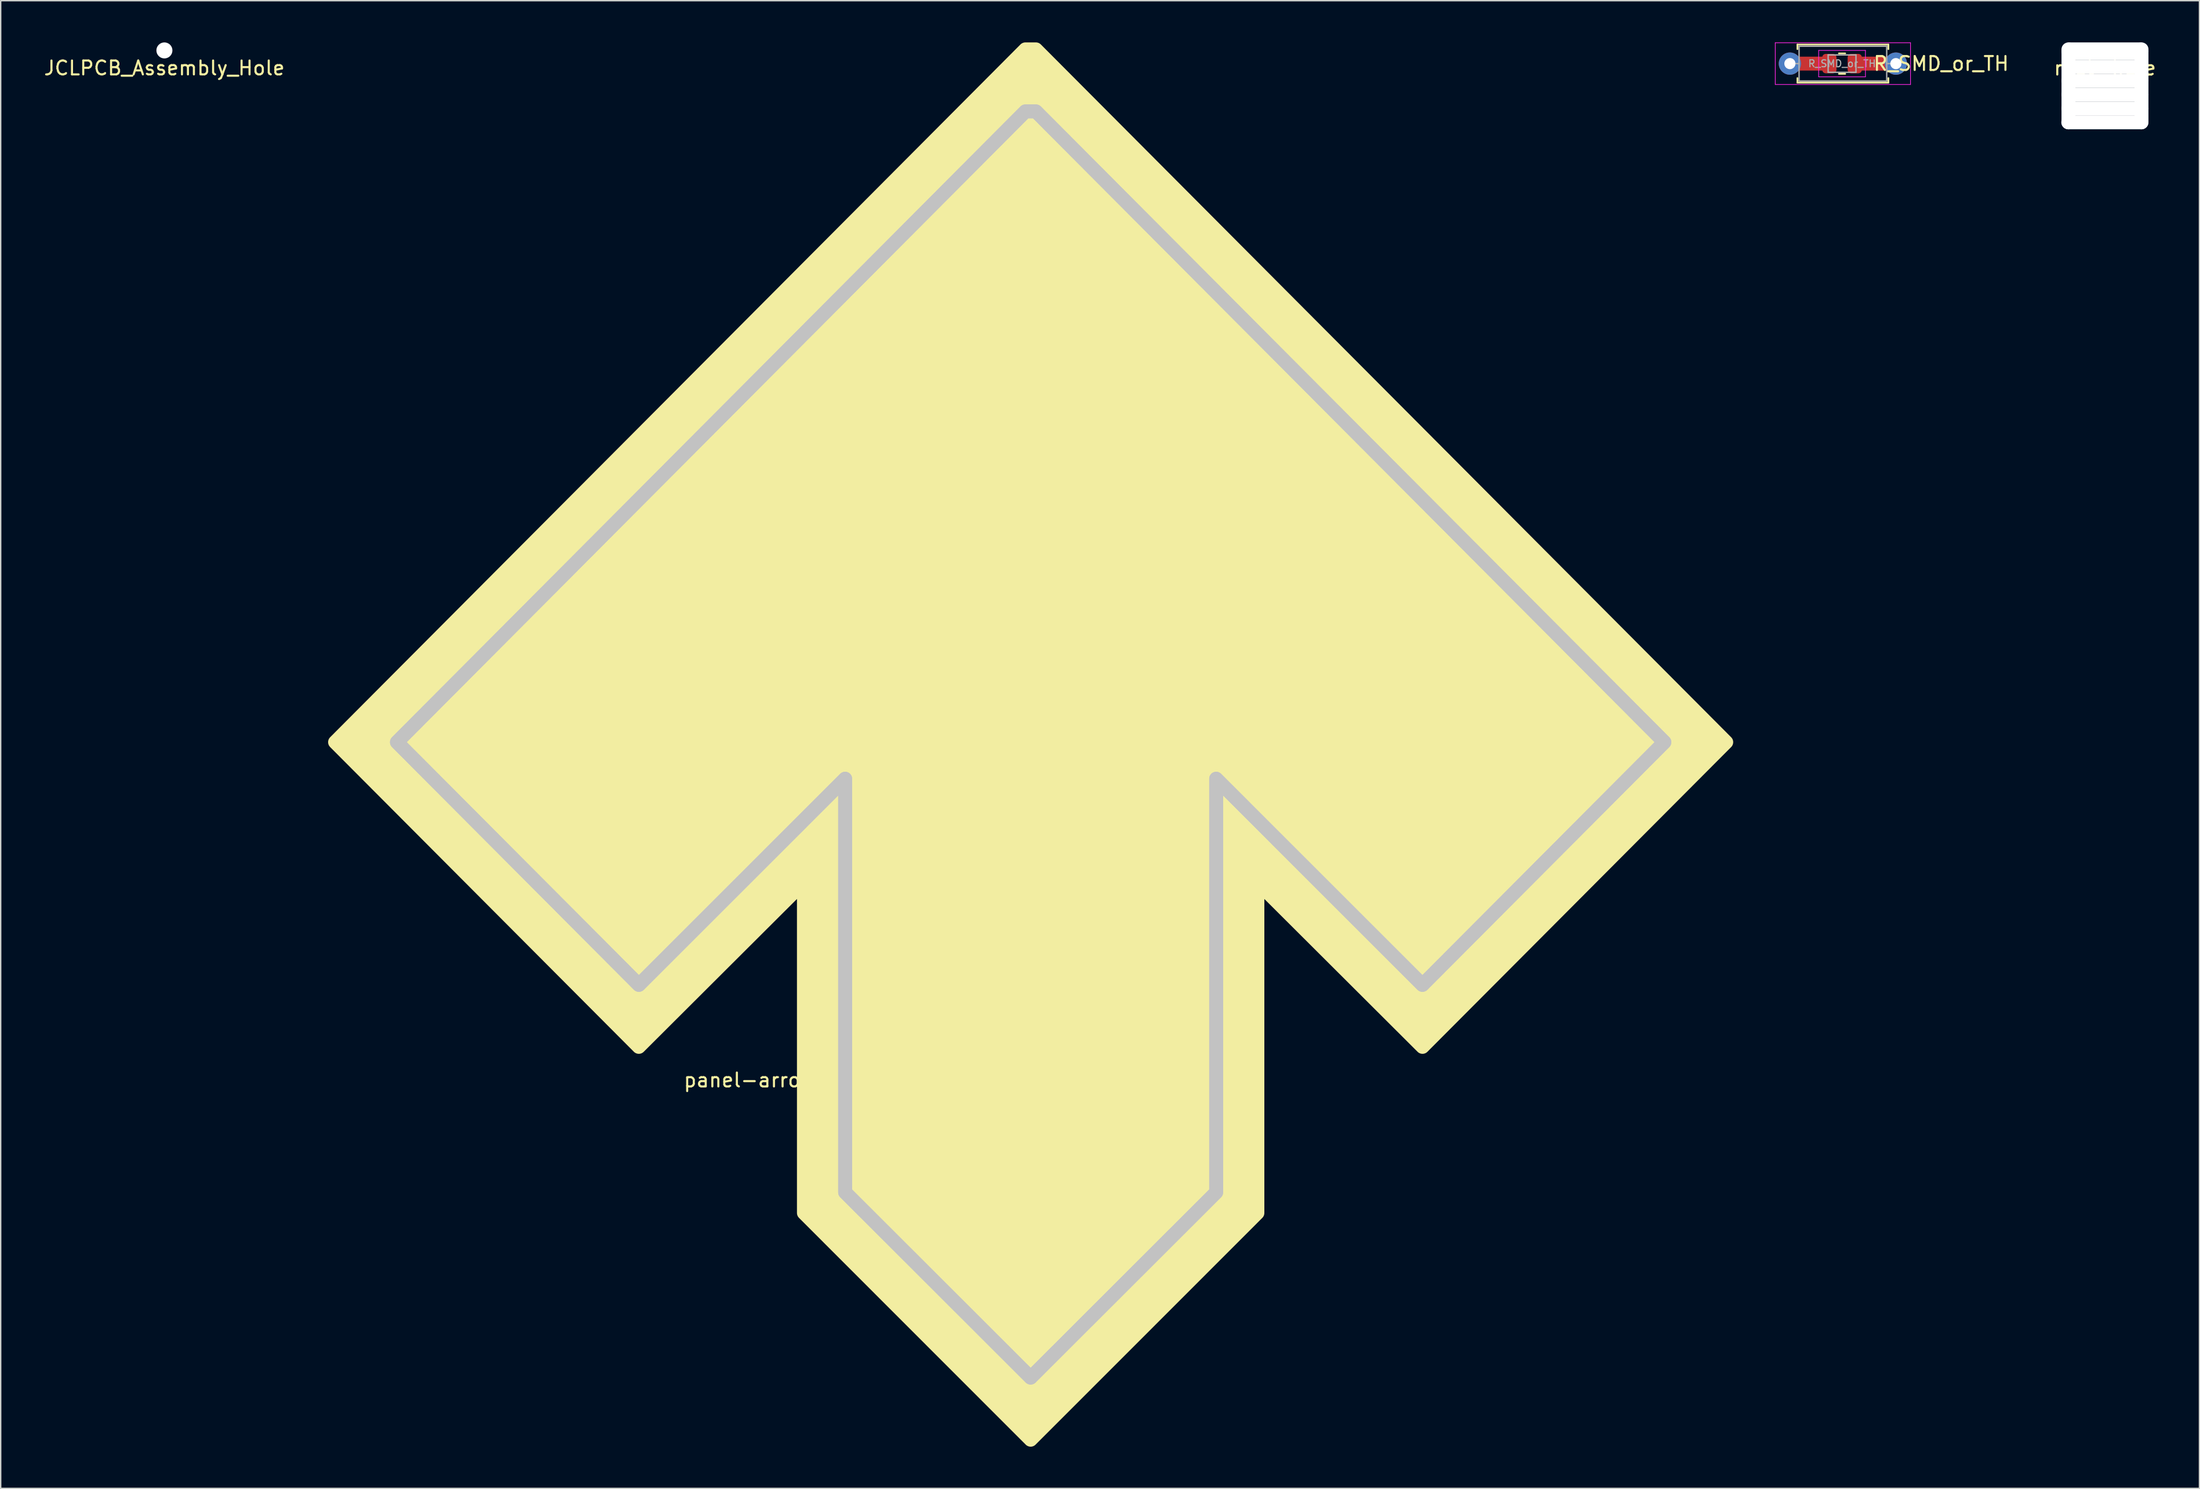
<source format=kicad_pcb>
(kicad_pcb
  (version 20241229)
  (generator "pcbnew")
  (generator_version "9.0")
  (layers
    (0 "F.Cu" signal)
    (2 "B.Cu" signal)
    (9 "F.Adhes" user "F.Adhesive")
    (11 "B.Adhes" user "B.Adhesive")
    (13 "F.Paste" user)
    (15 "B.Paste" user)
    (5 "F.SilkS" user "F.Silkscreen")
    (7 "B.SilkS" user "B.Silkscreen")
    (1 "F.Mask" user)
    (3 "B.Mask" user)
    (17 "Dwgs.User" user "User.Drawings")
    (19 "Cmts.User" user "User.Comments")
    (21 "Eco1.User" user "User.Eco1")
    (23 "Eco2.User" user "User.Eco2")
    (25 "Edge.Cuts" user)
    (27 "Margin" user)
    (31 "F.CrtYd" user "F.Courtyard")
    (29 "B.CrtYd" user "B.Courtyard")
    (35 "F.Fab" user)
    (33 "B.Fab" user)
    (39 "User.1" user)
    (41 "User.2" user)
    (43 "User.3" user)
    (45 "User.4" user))
  (footprint "JCLPCB_Assembly_Hole"
    (layer "F.Cu")
    (at 8.768 0.576)
    (property "Reference" "JCLPCB_Assembly_Hole" (at 0 1.27 0) (layer "F.SilkS") (effects (font (size 1 1) (thickness 0.15))))
    (attr through_hole)
    (pad "" np_thru_hole circle (at 0 0) (size 1.152 1.152) (drill 1.152) (layers "*.Cu" "*.Mask")))
  (footprint "R_SMD_or_TH"
    (layer "F.Cu")
    (at 129.361 1.525)
    (property "Reference" "R_SMD_or_TH" (at 7.125 0 0) (layer "F.SilkS") (effects (font (size 1 1) (thickness 0.15))))
    (attr through_hole)
    (fp_line (start -3.21 -1.37) (end 3.33 -1.37) (stroke (width 0.12) (type solid)) (layer "F.SilkS"))
    (fp_line (start -3.21 -1.04) (end -3.21 -1.37) (stroke (width 0.12) (type solid)) (layer "F.SilkS"))
    (fp_line (start -3.21 1.04) (end -3.21 1.37) (stroke (width 0.12) (type solid)) (layer "F.SilkS"))
    (fp_line (start -3.21 1.37) (end 3.33 1.37) (stroke (width 0.12) (type solid)) (layer "F.SilkS"))
    (fp_line (start -0.227 -0.735) (end 0.227 -0.735) (stroke (width 0.12) (type solid)) (layer "F.SilkS"))
    (fp_line (start -0.227 0.735) (end 0.227 0.735) (stroke (width 0.12) (type solid)) (layer "F.SilkS"))
    (fp_line (start 3.33 -1.37) (end 3.33 -1.04) (stroke (width 0.12) (type solid)) (layer "F.SilkS"))
    (fp_line (start 3.33 1.37) (end 3.33 1.04) (stroke (width 0.12) (type solid)) (layer "F.SilkS"))
    (fp_line (start -4.8 -1.5) (end -4.8 1.5) (stroke (width 0.05) (type solid)) (layer "F.CrtYd"))
    (fp_line (start -4.8 1.5) (end 4.92 1.5) (stroke (width 0.05) (type solid)) (layer "F.CrtYd"))
    (fp_line (start -1.68 -0.95) (end 1.68 -0.95) (stroke (width 0.05) (type solid)) (layer "F.CrtYd"))
    (fp_line (start -1.68 0.95) (end -1.68 -0.95) (stroke (width 0.05) (type solid)) (layer "F.CrtYd"))
    (fp_line (start 1.68 -0.95) (end 1.68 0.95) (stroke (width 0.05) (type solid)) (layer "F.CrtYd"))
    (fp_line (start 1.68 0.95) (end -1.68 0.95) (stroke (width 0.05) (type solid)) (layer "F.CrtYd"))
    (fp_line (start 4.92 -1.5) (end -4.8 -1.5) (stroke (width 0.05) (type solid)) (layer "F.CrtYd"))
    (fp_line (start 4.92 1.5) (end 4.92 -1.5) (stroke (width 0.05) (type solid)) (layer "F.CrtYd"))
    (fp_line (start -3.75 0) (end -3.09 0) (stroke (width 0.1) (type solid)) (layer "F.Fab"))
    (fp_line (start -3.09 -1.25) (end -3.09 1.25) (stroke (width 0.1) (type solid)) (layer "F.Fab"))
    (fp_line (start -3.09 1.25) (end 3.21 1.25) (stroke (width 0.1) (type solid)) (layer "F.Fab"))
    (fp_line (start -1 -0.625) (end 1 -0.625) (stroke (width 0.1) (type solid)) (layer "F.Fab"))
    (fp_line (start -1 0.625) (end -1 -0.625) (stroke (width 0.1) (type solid)) (layer "F.Fab"))
    (fp_line (start 1 -0.625) (end 1 0.625) (stroke (width 0.1) (type solid)) (layer "F.Fab"))
    (fp_line (start 1 0.625) (end -1 0.625) (stroke (width 0.1) (type solid)) (layer "F.Fab"))
    (fp_line (start 3.21 -1.25) (end -3.09 -1.25) (stroke (width 0.1) (type solid)) (layer "F.Fab"))
    (fp_line (start 3.21 1.25) (end 3.21 -1.25) (stroke (width 0.1) (type solid)) (layer "F.Fab"))
    (fp_line (start 3.87 0) (end 3.21 0) (stroke (width 0.1) (type solid)) (layer "F.Fab"))
    (fp_text user "${REFERENCE}" (at 0 0 0) (layer "F.Fab") (effects (font (size 0.5 0.5) (thickness 0.08))))
    (pad "1" thru_hole circle (at -3.75 0) (size 1.6 1.6) (drill 0.8) (layers "*.Cu" "*.Mask"))
    (pad "1" connect rect (at -2.35 0) (size 2 1) (layers "F.Cu"))
    (pad "1" smd roundrect (at -0.912 0) (size 1.025 1.4) (layers "F.Cu" "F.Mask" "F.Paste") (roundrect_rratio 0.244))
    (pad "2" smd roundrect (at 0.912 0) (size 1.025 1.4) (layers "F.Cu" "F.Mask" "F.Paste") (roundrect_rratio 0.244))
    (pad "2" connect rect (at 2.35 0) (size 2 1) (layers "F.Cu"))
    (pad "2" thru_hole oval (at 3.87 0) (size 1.6 1.6) (drill 0.8) (layers "*.Cu" "*.Mask")))
  (footprint "panel-arrow"
    (layer "F.Cu")
    (at 71.142 50.505)
    (property "Reference" "panel-arrow" (at -20.32 24.13 0) (layer "F.SilkS") (effects (font (size 1 1) (thickness 0.15))))
    (attr through_hole)
    (fp_poly (pts (xy 20.637 -20.629) (xy 41 -0.178) (xy 34.526 6.321) (xy 28.052 12.82) (xy 19.159 3.915) (xy 10.265 -4.989) (xy 10.265 12.868) (xy 10.265 30.725) (xy 5.079 35.891) (xy -0.107 41.057) (xy -5.292 35.891) (xy -10.478 30.725) (xy -10.478 12.868) (xy -10.478 -4.989) (xy -19.372 3.915) (xy -28.265 12.82) (xy -34.739 6.321) (xy -41.213 -0.178) (xy -20.85 -20.629) (xy -0.487 -41.081) (xy -0.106 -41.081) (xy 0.274 -41.081) (xy 20.637 -20.629)) (stroke (width 1) (type solid)) (fill yes) (layer "F.Cu"))
    (fp_poly (pts (xy -20.85 -20.629) (xy -41.213 -0.178) (xy -34.739 6.321) (xy -28.265 12.82) (xy -19.372 3.915) (xy -10.479 -4.989) (xy -10.479 12.868) (xy -10.479 30.725) (xy -5.293 35.891) (xy -0.107 41.057) (xy 5.079 35.891) (xy 10.265 30.725) (xy 10.265 12.868) (xy 10.265 -4.989) (xy 19.159 3.915) (xy 28.052 12.82) (xy 34.526 6.321) (xy 41 -0.178) (xy 20.637 -20.629) (xy 0.274 -41.081) (xy -0.107 -41.081) (xy -0.487 -41.081) (xy -20.85 -20.629)) (stroke (width 1) (type solid)) (fill yes) (layer "F.Mask"))
    (fp_poly (pts (xy 25.083 -25.091) (xy 49.893 -0.177) (xy 38.977 10.782) (xy 28.06 21.74) (xy 22.126 15.818) (xy 16.192 9.897) (xy 16.192 21.791) (xy 16.192 33.685) (xy 8.043 41.84) (xy -0.107 49.995) (xy -8.256 41.84) (xy -16.405 33.685) (xy -16.405 21.791) (xy -16.405 9.897) (xy -22.339 15.818) (xy -28.273 21.74) (xy -39.19 10.782) (xy -50.107 -0.177) (xy -25.296 -25.091) (xy -0.485 -50.005) (xy -0.107 -50.005) (xy 0.272 -50.005) (xy 25.083 -25.091)) (stroke (width 1) (type solid)) (fill yes) (layer "F.SilkS"))
    (fp_poly (pts (xy -23.073 -22.86) (xy -45.66 -0.177) (xy -36.965 8.552) (xy -28.269 17.281) (xy -20.855 9.867) (xy -13.442 2.453) (xy -13.442 17.328) (xy -13.442 32.203) (xy -6.774 38.865) (xy -0.107 45.528) (xy 6.561 38.865) (xy 13.229 32.203) (xy 13.229 17.328) (xy 13.229 2.453) (xy 20.642 9.867) (xy 28.056 17.281) (xy 36.751 8.552) (xy 45.447 -0.177) (xy 22.86 -22.86) (xy 0.273 -45.543) (xy -0.107 -45.543) (xy -0.486 -45.543) (xy -23.073 -22.86)) (stroke (width 1) (type solid)) (fill no) (layer "Dwgs.User"))
    (fp_poly (pts (xy 22.86 -22.86) (xy 45.447 -0.177) (xy 36.751 8.552) (xy 28.056 17.281) (xy 20.642 9.867) (xy 13.229 2.453) (xy 13.229 17.328) (xy 13.229 32.203) (xy 6.561 38.865) (xy -0.107 45.528) (xy -6.774 38.865) (xy -13.442 32.203) (xy -13.442 17.328) (xy -13.442 2.453) (xy -20.855 9.867) (xy -28.269 17.281) (xy -36.965 8.552) (xy -45.66 -0.177) (xy -23.073 -22.86) (xy -0.486 -45.543) (xy -0.107 -45.543) (xy 0.273 -45.543) (xy 22.86 -22.86)) (stroke (width 1) (type solid)) (fill no) (layer "Dwgs.User")))
  (footprint "rect-hole"
    (layer "F.Cu")
    (at 148.26 3.125)
    (property "Reference" "rect-hole" (at 0 -1.27 0) (layer "F.SilkS") (effects (font (size 1 1) (thickness 0.15))))
    (attr through_hole)
    (pad "" np_thru_hole oval (at -2.625 0 90) (size 6.25 1) (drill oval 6.25 1) (layers "*.Cu" "*.Mask"))
    (pad "" np_thru_hole oval (at -0.014 2.623) (size 6.25 1) (drill oval 6.25 1) (layers "*.Cu" "*.Mask"))
    (pad "" np_thru_hole oval (at 0 -2.5) (size 6.25 1.25) (drill oval 6.25 1.25) (layers "*.Cu" "*.Mask"))
    (pad "" np_thru_hole oval (at 0 -1.375) (size 6.25 1) (drill oval 6.25 1) (layers "*.Cu" "*.Mask"))
    (pad "" np_thru_hole oval (at 0 -0.375) (size 6.25 1) (drill oval 6.25 1) (layers "*.Cu" "*.Mask"))
    (pad "" np_thru_hole oval (at 0 0.625) (size 6.25 1) (drill oval 6.25 1) (layers "*.Cu" "*.Mask"))
    (pad "" np_thru_hole oval (at 0 1.625) (size 6.25 1) (drill oval 6.25 1) (layers "*.Cu" "*.Mask"))
    (pad "" np_thru_hole oval (at 2.625 0 90) (size 6.25 1) (drill oval 6.25 1) (layers "*.Cu" "*.Mask")))
  (gr_rect
    (start -3 -3)
    (end 155.051 104)
    (stroke (width 0.1) (type default))
    (fill no)
    (layer "Edge.Cuts")))
</source>
